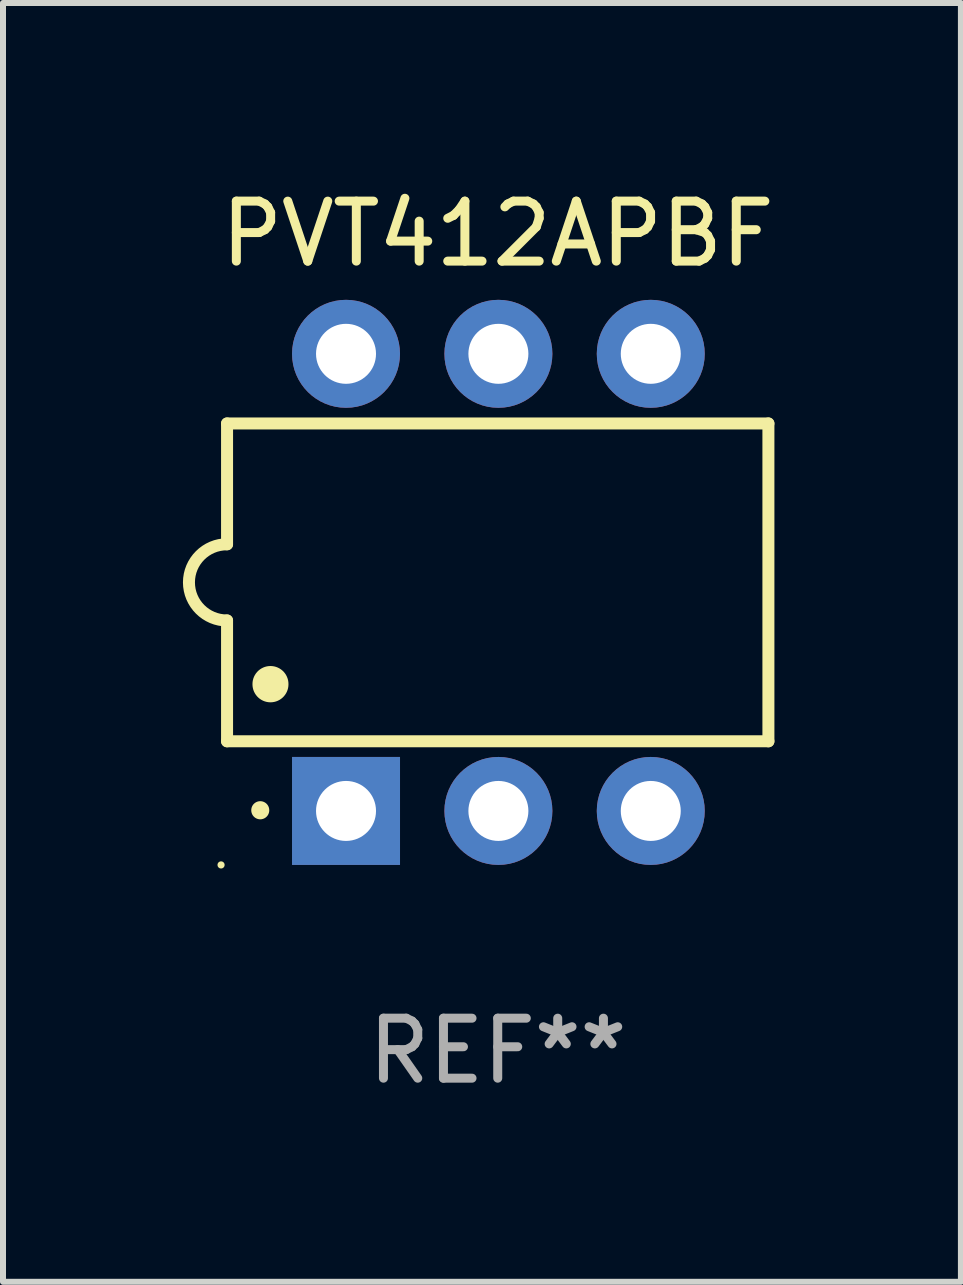
<source format=kicad_pcb>
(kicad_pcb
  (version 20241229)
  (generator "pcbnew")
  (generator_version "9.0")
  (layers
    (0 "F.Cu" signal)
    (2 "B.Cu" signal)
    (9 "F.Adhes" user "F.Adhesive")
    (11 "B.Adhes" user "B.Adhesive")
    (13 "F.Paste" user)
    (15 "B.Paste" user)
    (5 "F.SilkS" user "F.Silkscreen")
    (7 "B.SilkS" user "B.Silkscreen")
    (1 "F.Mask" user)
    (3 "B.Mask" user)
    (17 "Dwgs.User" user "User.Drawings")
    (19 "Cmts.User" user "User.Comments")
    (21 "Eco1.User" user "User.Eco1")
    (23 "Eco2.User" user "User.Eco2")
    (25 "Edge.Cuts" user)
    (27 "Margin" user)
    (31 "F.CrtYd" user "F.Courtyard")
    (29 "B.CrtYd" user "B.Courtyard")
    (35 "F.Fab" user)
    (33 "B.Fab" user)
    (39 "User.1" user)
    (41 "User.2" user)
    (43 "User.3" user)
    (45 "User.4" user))
  (footprint "PVT412APBF"
    (layer "F.Cu")
    (at 5.247 6.658)
    (property "Reference" "PVT412APBF" (at 0 -5.81 0) (layer "F.SilkS") (effects (font (size 1 1) (thickness 0.15))))
    (attr through_hole)
    (fp_line (start -4.512 -2.649) (end 4.512 -2.649) (stroke (width 0.2) (type solid)) (layer "F.SilkS"))
    (fp_line (start -4.512 -0.635) (end -4.512 -2.649) (stroke (width 0.2) (type solid)) (layer "F.SilkS"))
    (fp_line (start -4.512 2.649) (end -4.512 0.635) (stroke (width 0.2) (type solid)) (layer "F.SilkS"))
    (fp_line (start 4.512 -2.649) (end 4.512 2.649) (stroke (width 0.2) (type solid)) (layer "F.SilkS"))
    (fp_line (start 4.512 2.649) (end -4.512 2.649) (stroke (width 0.2) (type solid)) (layer "F.SilkS"))
    (fp_arc (start -4.512319 0.635001) (mid -5.14732 0) (end -4.512319 -0.635001) (stroke (width 0.2) (type solid)) (layer "F.SilkS"))
    (fp_arc (start -3.958598 3.799848) (mid -3.958603 3.798578) (end -3.958598 3.797308) (stroke (width 0.3) (type solid)) (layer "F.SilkS"))
    (fp_arc (start -3.788418 1.699263) (mid -3.788429 1.696723) (end -3.788418 1.694183) (stroke (width 0.6) (type solid)) (layer "F.SilkS"))
    (fp_circle (center -4.612 4.71) (end -4.582 4.71) (stroke (width 0.06) (type solid)) (fill no) (layer "F.SilkS"))
    (fp_text user "REF**" (at 0 7.81 0) (layer "F.Fab") (effects (font (size 1 1) (thickness 0.15))))
    (pad "1" thru_hole rect (at -2.529 3.81 90) (size 1.8 1.8) (drill 1) (layers "*.Cu" "*.Mask"))
    (pad "2" thru_hole circle (at 0.011 3.81) (size 1.8 1.8) (drill 1) (layers "*.Cu" "*.Mask"))
    (pad "3" thru_hole circle (at 2.551 3.81) (size 1.8 1.8) (drill 1) (layers "*.Cu" "*.Mask"))
    (pad "4" thru_hole circle (at 2.551 -3.81) (size 1.8 1.8) (drill 1) (layers "*.Cu" "*.Mask"))
    (pad "5" thru_hole circle (at 0.011 -3.81) (size 1.8 1.8) (drill 1) (layers "*.Cu" "*.Mask"))
    (pad "6" thru_hole circle (at -2.529 -3.81) (size 1.8 1.8) (drill 1) (layers "*.Cu" "*.Mask")))
  (gr_rect
    (start -3 -3)
    (end 12.968 18.317)
    (stroke (width 0.1) (type default))
    (fill no)
    (layer "Edge.Cuts")))
</source>
